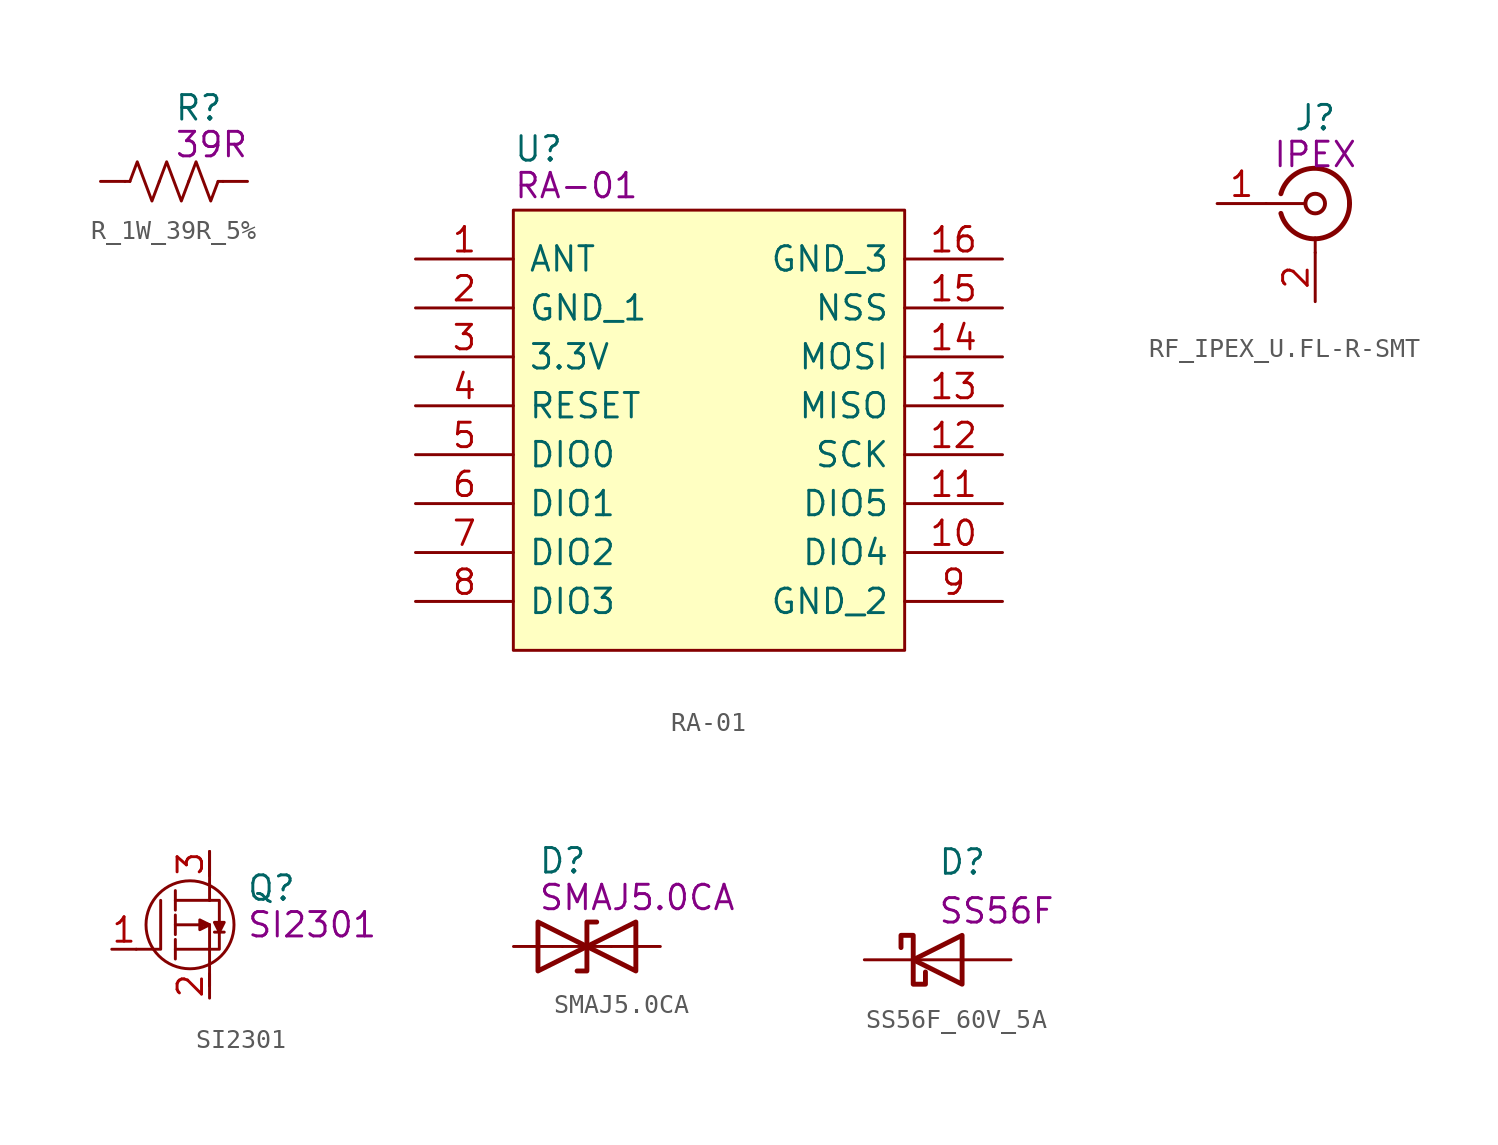
<source format=kicad_sym>
(kicad_symbol_lib
  (version 20211014)
  (generator kicad_symbol_editor)
  (symbol "R_1W_39R_5%"
    (pin_numbers hide)
    (pin_names
      (offset 1.016))
    (property "Reference" "R"
      (at 0 3.81 0)
      (effects (font (size 1.27 1.27)) (justify left)))
    (property "Symbol" "39R"
      (at 0 1.905 0)
      (effects (font (size 1.27 1.27)) (justify left)))
    (symbol "R_1W_39R_5%_1_1"
      (polyline (pts (xy -2.286 0) (xy -2.54 0)) (stroke (width 0) (type default) (color 0 0 0 0)) (fill (type none)))
      (polyline (pts (xy 2.286 0) (xy 2.54 0)) (stroke (width 0) (type default) (color 0 0 0 0)) (fill (type none)))
      (polyline (pts (xy -2.286 0) (xy -1.905 1.016) (xy -1.524 0) (xy -1.143 -1.016) (xy -0.762 0)) (stroke (width 0) (type default) (color 0 0 0 0)) (fill (type none)))
      (polyline (pts (xy -0.762 0) (xy -0.381 1.016) (xy 0 0) (xy 0.381 -1.016) (xy 0.762 0)) (stroke (width 0) (type default) (color 0 0 0 0)) (fill (type none)))
      (polyline (pts (xy 0.762 0) (xy 1.143 1.016) (xy 1.524 0) (xy 1.905 -1.016) (xy 2.286 0)) (stroke (width 0) (type default) (color 0 0 0 0)) (fill (type none)))
      (pin passive line (at -3.81 0 0) (length 1.27) (name "~" (effects (font (size 1.27 1.27)))) (number "1" (effects (font (size 1.27 1.27)))))
      (pin passive line (at 3.81 0 180) (length 1.27) (name "~" (effects (font (size 1.27 1.27)))) (number "2" (effects (font (size 1.27 1.27)))))))
  (symbol "RA-01"
    (pin_names
      (offset 0.762))
    (property "Reference" "U"
      (at -10.16 14.605 0)
      (effects (font (size 1.27 1.27)) (justify left)))
    (property "Symbol" "RA-01"
      (at -10.16 12.7 0)
      (effects (font (size 1.27 1.27)) (justify left)))
    (symbol "RA-01_0_0"
      (pin passive line (at -15.24 8.89 0) (length 5.08) (name "ANT" (effects (font (size 1.27 1.27)))) (number "1" (effects (font (size 1.27 1.27)))))
      (pin passive line (at 15.24 -6.35 180) (length 5.08) (name "DIO4" (effects (font (size 1.27 1.27)))) (number "10" (effects (font (size 1.27 1.27)))))
      (pin passive line (at 15.24 -3.81 180) (length 5.08) (name "DIO5" (effects (font (size 1.27 1.27)))) (number "11" (effects (font (size 1.27 1.27)))))
      (pin passive line (at 15.24 -1.27 180) (length 5.08) (name "SCK" (effects (font (size 1.27 1.27)))) (number "12" (effects (font (size 1.27 1.27)))))
      (pin passive line (at 15.24 1.27 180) (length 5.08) (name "MISO" (effects (font (size 1.27 1.27)))) (number "13" (effects (font (size 1.27 1.27)))))
      (pin passive line (at 15.24 3.81 180) (length 5.08) (name "MOSI" (effects (font (size 1.27 1.27)))) (number "14" (effects (font (size 1.27 1.27)))))
      (pin passive line (at 15.24 6.35 180) (length 5.08) (name "NSS" (effects (font (size 1.27 1.27)))) (number "15" (effects (font (size 1.27 1.27)))))
      (pin passive line (at 15.24 8.89 180) (length 5.08) (name "GND_3" (effects (font (size 1.27 1.27)))) (number "16" (effects (font (size 1.27 1.27)))))
      (pin passive line (at -15.24 6.35 0) (length 5.08) (name "GND_1" (effects (font (size 1.27 1.27)))) (number "2" (effects (font (size 1.27 1.27)))))
      (pin passive line (at -15.24 3.81 0) (length 5.08) (name "3.3V" (effects (font (size 1.27 1.27)))) (number "3" (effects (font (size 1.27 1.27)))))
      (pin passive line (at -15.24 1.27 0) (length 5.08) (name "RESET" (effects (font (size 1.27 1.27)))) (number "4" (effects (font (size 1.27 1.27)))))
      (pin passive line (at -15.24 -1.27 0) (length 5.08) (name "DIO0" (effects (font (size 1.27 1.27)))) (number "5" (effects (font (size 1.27 1.27)))))
      (pin passive line (at -15.24 -3.81 0) (length 5.08) (name "DIO1" (effects (font (size 1.27 1.27)))) (number "6" (effects (font (size 1.27 1.27)))))
      (pin passive line (at -15.24 -6.35 0) (length 5.08) (name "DIO2" (effects (font (size 1.27 1.27)))) (number "7" (effects (font (size 1.27 1.27)))))
      (pin passive line (at -15.24 -8.89 0) (length 5.08) (name "DIO3" (effects (font (size 1.27 1.27)))) (number "8" (effects (font (size 1.27 1.27)))))
      (pin passive line (at 15.24 -8.89 180) (length 5.08) (name "GND_2" (effects (font (size 1.27 1.27)))) (number "9" (effects (font (size 1.27 1.27))))))
    (symbol "RA-01_0_1"
      (polyline (pts (xy -10.16 11.43) (xy 10.16 11.43) (xy 10.16 -11.43) (xy -10.16 -11.43) (xy -10.16 11.43)) (stroke (width 0.152) (type default) (color 0 0 0 0)) (fill (type background)))))
  (symbol "RF_IPEX_U.FL-R-SMT"
    (pin_names
      (offset 1.016) hide)
    (property "Reference" "J"
      (at 0 4.445 0)
      (effects (font (size 1.27 1.27))))
    (property "Symbol" "IPEX"
      (at 0 2.54 0)
      (effects (font (size 1.27 1.27))))
    (symbol "RF_IPEX_U.FL-R-SMT_0_1"
      (arc (start -1.778 -0.508) (mid 0.222 -1.808) (end 1.778 0) (stroke (width 0.254) (type default) (color 0 0 0 0)) (fill (type none)))
      (polyline (pts (xy -2.54 0) (xy -0.508 0)) (stroke (width 0) (type default) (color 0 0 0 0)) (fill (type none)))
      (polyline (pts (xy 0 -2.54) (xy 0 -1.778)) (stroke (width 0) (type default) (color 0 0 0 0)) (fill (type none)))
      (circle (center 0 0) (radius 0.508) (stroke (width 0.203) (type default) (color 0 0 0 0)) (fill (type none)))
      (arc (start 1.778 0) (mid 0.222 1.8083) (end -1.778 0.508) (stroke (width 0.254) (type default) (color 0 0 0 0)) (fill (type none))))
    (symbol "RF_IPEX_U.FL-R-SMT_1_1"
      (pin passive line (at -5.08 0 0) (length 2.54) (name "In" (effects (font (size 1.27 1.27)))) (number "1" (effects (font (size 1.27 1.27)))))
      (pin passive line (at 0 -5.08 90) (length 2.54) (name "Ext" (effects (font (size 1.27 1.27)))) (number "2" (effects (font (size 1.27 1.27)))))))
  (symbol "SI2301"
    (pin_names
      (offset 0.762))
    (property "Reference" "Q"
      (at 3.175 1.905 0)
      (effects (font (size 1.27 1.27)) (justify left)))
    (property "Symbol" "SI2301"
      (at 3.175 0 0)
      (effects (font (size 1.27 1.27)) (justify left)))
    (symbol "SI2301_0_1"
      (polyline (pts (xy 1.524 -0.381) (xy 2.032 -0.381)) (stroke (width 0) (type default) (color 0 0 0 0)) (fill (type none)))
      (polyline (pts (xy 1.27 1.27) (xy 1.778 1.27) (xy 1.778 -1.27) (xy 1.27 -1.27)) (stroke (width 0) (type default) (color 0 0 0 0)) (fill (type none)))
      (polyline (pts (xy 1.524 0.127) (xy 2.032 0.127) (xy 1.778 -0.381) (xy 1.524 0.127) (xy 1.651 0) (xy 1.905 0) (xy 1.778 -0.127)) (stroke (width 0) (type default) (color 0 0 0 0)) (fill (type none))))
    (symbol "SI2301_1_1"
      (polyline (pts (xy -0.508 -1.778) (xy -0.508 -0.762)) (stroke (width 0.152) (type default) (color 0 0 0 0)) (fill (type none)))
      (polyline (pts (xy -0.508 -1.27) (xy 1.27 -1.27)) (stroke (width 0.152) (type default) (color 0 0 0 0)) (fill (type none)))
      (polyline (pts (xy -0.508 -0.508) (xy -0.508 0.508)) (stroke (width 0.152) (type default) (color 0 0 0 0)) (fill (type none)))
      (polyline (pts (xy -0.508 1.778) (xy -0.508 0.762)) (stroke (width 0.152) (type default) (color 0 0 0 0)) (fill (type none)))
      (polyline (pts (xy 1.27 1.27) (xy -0.508 1.27)) (stroke (width 0.152) (type default) (color 0 0 0 0)) (fill (type none)))
      (polyline (pts (xy 1.27 1.27) (xy 1.27 3.81)) (stroke (width 0.152) (type default) (color 0 0 0 0)) (fill (type none)))
      (polyline (pts (xy -1.27 1.27) (xy -1.27 -1.27) (xy -2.54 -1.27)) (stroke (width 0) (type default) (color 0 0 0 0)) (fill (type none)))
      (polyline (pts (xy -0.508 0) (xy 1.27 0) (xy 1.27 -3.175)) (stroke (width 0) (type default) (color 0 0 0 0)) (fill (type none)))
      (polyline (pts (xy 1.27 0) (xy 0.889 0.127) (xy 0.889 -0.127)) (stroke (width 0) (type default) (color 0 0 0 0)) (fill (type none)))
      (polyline (pts (xy 1.27 0) (xy 0.762 0.254) (xy 0.762 -0.254) (xy 1.27 0)) (stroke (width 0) (type default) (color 0 0 0 0)) (fill (type none)))
      (circle (center 0.254 0) (radius 2.286) (stroke (width 0) (type default) (color 0 0 0 0)) (fill (type none)))
      (pin passive line (at -3.81 -1.27 0) (length 1.27) (name "~" (effects (font (size 1.27 1.27)))) (number "1" (effects (font (size 1.27 1.27)))))
      (pin passive line (at 1.27 -3.81 90) (length 1.27) (name "~" (effects (font (size 1.27 1.27)))) (number "2" (effects (font (size 1.27 1.27)))))
      (pin passive line (at 1.27 3.81 270) (length 1.27) (name "~" (effects (font (size 1.27 1.27)))) (number "3" (effects (font (size 1.27 1.27)))))))
  (symbol "SMAJ5.0CA"
    (pin_numbers hide)
    (pin_names
      (offset 0.762))
    (property "Reference" "D"
      (at -2.54 4.445 0)
      (effects (font (size 1.27 1.27)) (justify left)))
    (property "Symbol" "SMAJ5.0CA"
      (at -2.54 2.54 0)
      (effects (font (size 1.27 1.27)) (justify left)))
    (symbol "SMAJ5.0CA_0_1"
      (polyline (pts (xy 1.27 0) (xy -1.27 0)) (stroke (width 0) (type default) (color 0 0 0 0)) (fill (type none)))
      (polyline (pts (xy 0.508 1.27) (xy 0 1.27) (xy 0 -1.27) (xy -0.508 -1.27)) (stroke (width 0.254) (type default) (color 0 0 0 0)) (fill (type none)))
      (polyline (pts (xy -2.54 1.27) (xy -2.54 -1.27) (xy 2.54 1.27) (xy 2.54 -1.27) (xy -2.54 1.27)) (stroke (width 0.254) (type default) (color 0 0 0 0)) (fill (type none))))
    (symbol "SMAJ5.0CA_1_1"
      (pin passive line (at -3.81 0 0) (length 2.54) (name "~" (effects (font (size 1.27 1.27)))) (number "1" (effects (font (size 1.27 1.27)))))
      (pin passive line (at 3.81 0 180) (length 2.54) (name "~" (effects (font (size 1.27 1.27)))) (number "2" (effects (font (size 1.27 1.27)))))))
  (symbol "SS56F_60V_5A"
    (pin_numbers hide)
    (pin_names
      (offset 1.016) hide)
    (property "Reference" "D"
      (at 0 5.08 0)
      (effects (font (size 1.27 1.27)) (justify left)))
    (property "Symbol" "SS56F"
      (at 0 2.54 0)
      (effects (font (size 1.27 1.27)) (justify left)))
    (symbol "SS56F_60V_5A_0_1"
      (polyline (pts (xy 1.27 0) (xy -1.27 0)) (stroke (width 0) (type default) (color 0 0 0 0)) (fill (type none)))
      (polyline (pts (xy 1.27 1.27) (xy 1.27 -1.27) (xy -1.27 0) (xy 1.27 1.27)) (stroke (width 0.254) (type default) (color 0 0 0 0)) (fill (type none)))
      (polyline (pts (xy -1.905 0.635) (xy -1.905 1.27) (xy -1.27 1.27) (xy -1.27 -1.27) (xy -0.635 -1.27) (xy -0.635 -0.635)) (stroke (width 0.254) (type default) (color 0 0 0 0)) (fill (type none))))
    (symbol "SS56F_60V_5A_1_1"
      (pin passive line (at -3.81 0 0) (length 2.54) (name "K" (effects (font (size 1.27 1.27)))) (number "1" (effects (font (size 1.27 1.27)))))
      (pin passive line (at 3.81 0 180) (length 2.54) (name "A" (effects (font (size 1.27 1.27)))) (number "2" (effects (font (size 1.27 1.27))))))))
</source>
